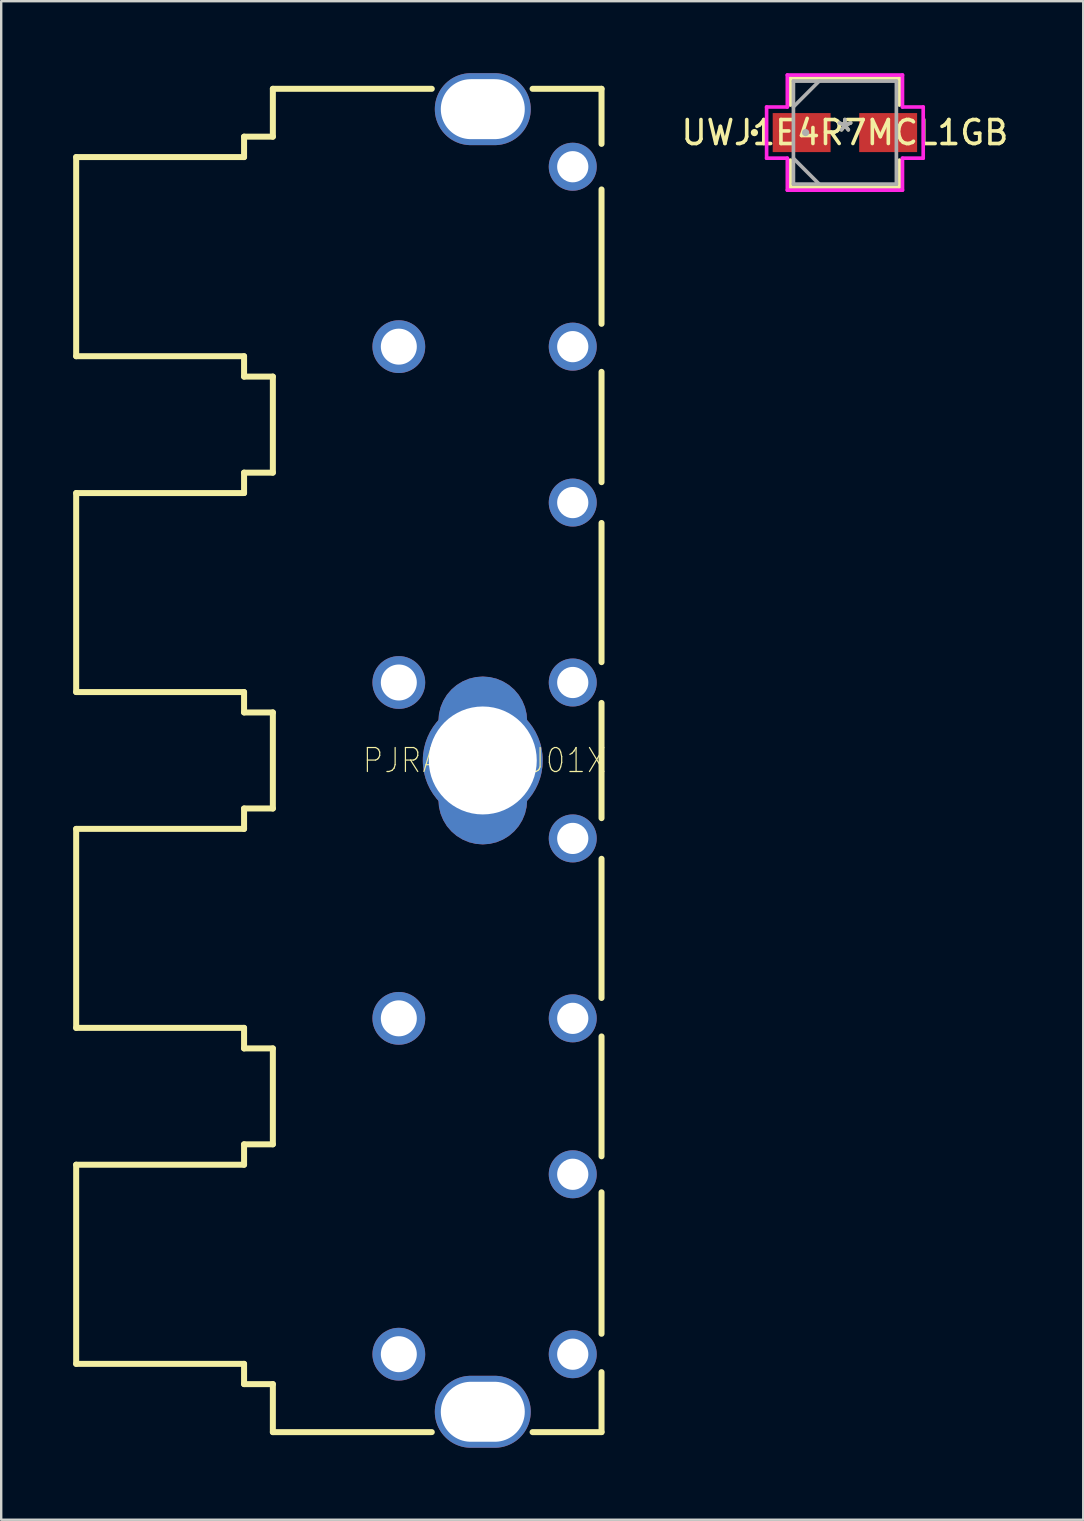
<source format=kicad_pcb>
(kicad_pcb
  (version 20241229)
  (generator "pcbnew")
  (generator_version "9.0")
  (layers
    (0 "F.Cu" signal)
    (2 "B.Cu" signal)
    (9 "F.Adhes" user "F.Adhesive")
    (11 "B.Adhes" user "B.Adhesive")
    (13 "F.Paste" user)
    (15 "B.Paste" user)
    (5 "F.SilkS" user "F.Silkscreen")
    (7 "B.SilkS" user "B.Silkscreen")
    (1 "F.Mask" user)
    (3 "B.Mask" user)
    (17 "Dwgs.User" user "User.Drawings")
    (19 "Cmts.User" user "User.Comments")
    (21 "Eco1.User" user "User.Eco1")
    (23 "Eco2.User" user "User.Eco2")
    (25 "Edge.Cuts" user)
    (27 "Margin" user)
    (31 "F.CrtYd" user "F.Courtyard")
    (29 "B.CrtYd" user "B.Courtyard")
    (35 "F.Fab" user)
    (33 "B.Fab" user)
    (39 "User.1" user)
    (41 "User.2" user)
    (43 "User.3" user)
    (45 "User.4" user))
  (footprint "UWJ1E4R7MCL1GB"
    (layer "F.Cu")
    (at 32.17 2.477)
    (property "Reference" "UWJ1E4R7MCL1GB" (at 0 0 0) (layer "F.SilkS") (effects (font (size 1 1) (thickness 0.15))))
    (attr through_hole)
    (fp_line (start -2.273 -2.273) (end -2.273 -1.146) (stroke (width 0.152) (type solid)) (layer "F.SilkS"))
    (fp_line (start -2.273 1.146) (end -2.273 2.273) (stroke (width 0.152) (type solid)) (layer "F.SilkS"))
    (fp_line (start -2.273 2.273) (end 2.273 2.273) (stroke (width 0.152) (type solid)) (layer "F.SilkS"))
    (fp_line (start 2.273 -2.273) (end -2.273 -2.273) (stroke (width 0.152) (type solid)) (layer "F.SilkS"))
    (fp_line (start 2.273 -1.146) (end 2.273 -2.273) (stroke (width 0.152) (type solid)) (layer "F.SilkS"))
    (fp_line (start 2.273 2.273) (end 2.273 1.146) (stroke (width 0.152) (type solid)) (layer "F.SilkS"))
    (fp_circle (center -3.772 0) (end -3.696 0) (stroke (width 0.152) (type solid)) (fill no) (layer "F.SilkS"))
    (fp_line (start -3.264 -1.067) (end -2.4 -1.067) (stroke (width 0.152) (type solid)) (layer "F.CrtYd"))
    (fp_line (start -3.264 1.067) (end -3.264 -1.067) (stroke (width 0.152) (type solid)) (layer "F.CrtYd"))
    (fp_line (start -2.4 -2.4) (end 2.4 -2.4) (stroke (width 0.152) (type solid)) (layer "F.CrtYd"))
    (fp_line (start -2.4 -1.067) (end -2.4 -2.4) (stroke (width 0.152) (type solid)) (layer "F.CrtYd"))
    (fp_line (start -2.4 1.067) (end -3.264 1.067) (stroke (width 0.152) (type solid)) (layer "F.CrtYd"))
    (fp_line (start -2.4 2.4) (end -2.4 1.067) (stroke (width 0.152) (type solid)) (layer "F.CrtYd"))
    (fp_line (start 2.4 -2.4) (end 2.4 -1.067) (stroke (width 0.152) (type solid)) (layer "F.CrtYd"))
    (fp_line (start 2.4 -1.067) (end 3.264 -1.067) (stroke (width 0.152) (type solid)) (layer "F.CrtYd"))
    (fp_line (start 2.4 1.067) (end 2.4 2.4) (stroke (width 0.152) (type solid)) (layer "F.CrtYd"))
    (fp_line (start 2.4 2.4) (end -2.4 2.4) (stroke (width 0.152) (type solid)) (layer "F.CrtYd"))
    (fp_line (start 3.264 -1.067) (end 3.264 1.067) (stroke (width 0.152) (type solid)) (layer "F.CrtYd"))
    (fp_line (start 3.264 1.067) (end 2.4 1.067) (stroke (width 0.152) (type solid)) (layer "F.CrtYd"))
    (fp_line (start -2.146 -2.146) (end -2.146 2.146) (stroke (width 0.152) (type solid)) (layer "F.Fab"))
    (fp_line (start -2.146 -1.073) (end -1.073 -2.146) (stroke (width 0.152) (type solid)) (layer "F.Fab"))
    (fp_line (start -2.146 1.073) (end -1.073 2.146) (stroke (width 0.152) (type solid)) (layer "F.Fab"))
    (fp_line (start -2.146 2.146) (end 2.146 2.146) (stroke (width 0.152) (type solid)) (layer "F.Fab"))
    (fp_line (start 2.146 -2.146) (end -2.146 -2.146) (stroke (width 0.152) (type solid)) (layer "F.Fab"))
    (fp_line (start 2.146 2.146) (end 2.146 -2.146) (stroke (width 0.152) (type solid)) (layer "F.Fab"))
    (fp_circle (center -1.638 0) (end -1.562 0) (stroke (width 0.152) (type solid)) (fill no) (layer "F.Fab"))
    (fp_text user "*" (at 0 0 0) (layer "F.SilkS") (effects (font (size 1 1) (thickness 0.15))))
    (fp_text user "Copyright 2016 Accelerated Designs. All rights reserved." (at 0 0 0) (layer "Cmts.User") (effects (font (size 0.127 0.127) (thickness 0.002))))
    (fp_text user "*" (at 0 0 0) (layer "F.Fab") (effects (font (size 1 1) (thickness 0.15))))
    (pad "1" smd rect (at -1.803 0) (size 2.413 1.626) (layers "F.Cu" "F.Mask" "F.Paste"))
    (pad "2" smd rect (at 1.803 0) (size 2.413 1.626) (layers "F.Cu" "F.Mask" "F.Paste")))
  (footprint "PJRAS4X2U01X"
    (layer "F.Cu")
    (at 17.15 28.65)
    (property "Reference" "PJRAS4X2U01X" (at 0 0 0) (layer "F.SilkS") (effects (font (size 1 0.9) (thickness 0.05))))
    (attr through_hole)
    (fp_poly (pts (xy -0.725 -28.349) (xy -0.913 -28.334) (xy -1.096 -28.29) (xy -1.269 -28.218) (xy -1.43 -28.12) (xy -1.573 -27.998) (xy -1.695 -27.855) (xy -1.793 -27.694) (xy -1.865 -27.521) (xy -1.909 -27.338) (xy -1.924 -27.15) (xy -1.909 -26.962) (xy -1.865 -26.779) (xy -1.793 -26.606) (xy -1.695 -26.445) (xy -1.573 -26.302) (xy -1.43 -26.18) (xy -1.269 -26.082) (xy -1.096 -26.01) (xy -0.913 -25.966) (xy -0.725 -25.951) (xy 0.575 -25.951) (xy 0.763 -25.966) (xy 0.946 -26.01) (xy 1.119 -26.082) (xy 1.28 -26.18) (xy 1.423 -26.302) (xy 1.545 -26.445) (xy 1.643 -26.606) (xy 1.715 -26.779) (xy 1.759 -26.962) (xy 1.774 -27.15) (xy 1.759 -27.338) (xy 1.715 -27.521) (xy 1.643 -27.694) (xy 1.545 -27.855) (xy 1.423 -27.998) (xy 1.28 -28.12) (xy 1.119 -28.218) (xy 0.946 -28.29) (xy 0.763 -28.334) (xy 0.575 -28.349)) (stroke (width 0.002) (type solid)) (fill yes) (layer "F.Cu"))
    (fp_poly (pts (xy -0.725 25.951) (xy -0.913 25.966) (xy -1.096 26.01) (xy -1.269 26.082) (xy -1.43 26.18) (xy -1.573 26.302) (xy -1.695 26.445) (xy -1.793 26.606) (xy -1.865 26.779) (xy -1.909 26.962) (xy -1.924 27.15) (xy -1.909 27.338) (xy -1.865 27.521) (xy -1.793 27.694) (xy -1.695 27.855) (xy -1.573 27.998) (xy -1.43 28.12) (xy -1.269 28.218) (xy -1.096 28.29) (xy -0.913 28.334) (xy -0.725 28.349) (xy 0.575 28.349) (xy 0.763 28.334) (xy 0.946 28.29) (xy 1.119 28.218) (xy 1.28 28.12) (xy 1.423 27.998) (xy 1.545 27.855) (xy 1.643 27.694) (xy 1.715 27.521) (xy 1.759 27.338) (xy 1.774 27.15) (xy 1.759 26.962) (xy 1.715 26.779) (xy 1.643 26.606) (xy 1.545 26.445) (xy 1.423 26.302) (xy 1.28 26.18) (xy 1.119 26.082) (xy 0.946 26.01) (xy 0.763 25.966) (xy 0.575 25.951)) (stroke (width 0.002) (type solid)) (fill yes) (layer "F.Cu"))
    (fp_poly (pts (xy 1.774 -1.65) (xy 1.751 -1.939) (xy 1.684 -2.221) (xy 1.572 -2.489) (xy 1.421 -2.737) (xy 1.232 -2.957) (xy 1.012 -3.146) (xy 0.764 -3.297) (xy 0.496 -3.409) (xy 0.214 -3.476) (xy -0.075 -3.499) (xy -0.364 -3.476) (xy -0.646 -3.409) (xy -0.914 -3.297) (xy -1.162 -3.146) (xy -1.382 -2.957) (xy -1.571 -2.737) (xy -1.722 -2.489) (xy -1.834 -2.221) (xy -1.901 -1.939) (xy -1.924 -1.65) (xy -1.924 1.65) (xy -1.901 1.939) (xy -1.834 2.221) (xy -1.722 2.489) (xy -1.571 2.737) (xy -1.382 2.957) (xy -1.162 3.146) (xy -0.914 3.297) (xy -0.646 3.409) (xy -0.364 3.476) (xy -0.075 3.499) (xy 0.214 3.476) (xy 0.496 3.409) (xy 0.764 3.297) (xy 1.012 3.146) (xy 1.232 2.957) (xy 1.421 2.737) (xy 1.572 2.489) (xy 1.684 2.221) (xy 1.751 1.939) (xy 1.774 1.65)) (stroke (width 0.002) (type solid)) (fill yes) (layer "F.Cu"))
    (fp_poly (pts (xy -2.027 1.65) (xy -2.003 1.955) (xy -1.931 2.253) (xy -1.814 2.536) (xy -1.654 2.797) (xy -1.455 3.03) (xy -1.222 3.229) (xy -0.961 3.389) (xy -0.678 3.506) (xy -0.38 3.578) (xy -0.075 3.602) (xy 0.23 3.578) (xy 0.528 3.506) (xy 0.811 3.389) (xy 1.072 3.229) (xy 1.305 3.03) (xy 1.504 2.797) (xy 1.664 2.536) (xy 1.781 2.253) (xy 1.853 1.955) (xy 1.877 1.65) (xy 1.877 -1.65) (xy 1.853 -1.955) (xy 1.781 -2.253) (xy 1.664 -2.536) (xy 1.504 -2.797) (xy 1.305 -3.03) (xy 1.072 -3.229) (xy 0.811 -3.389) (xy 0.528 -3.506) (xy 0.23 -3.578) (xy -0.075 -3.602) (xy -0.38 -3.578) (xy -0.678 -3.506) (xy -0.961 -3.389) (xy -1.222 -3.229) (xy -1.455 -3.03) (xy -1.654 -2.797) (xy -1.814 -2.536) (xy -1.931 -2.253) (xy -2.003 -1.955) (xy -2.027 -1.65)) (stroke (width 0.002) (type solid)) (fill yes) (layer "F.Mask"))
    (fp_poly (pts (xy -0.725 -28.452) (xy -0.929 -28.436) (xy -1.127 -28.388) (xy -1.316 -28.31) (xy -1.49 -28.203) (xy -1.645 -28.07) (xy -1.778 -27.915) (xy -1.885 -27.741) (xy -1.963 -27.552) (xy -2.011 -27.354) (xy -2.027 -27.15) (xy -2.011 -26.946) (xy -1.963 -26.748) (xy -1.885 -26.559) (xy -1.778 -26.385) (xy -1.645 -26.23) (xy -1.49 -26.097) (xy -1.316 -25.99) (xy -1.127 -25.912) (xy -0.929 -25.864) (xy -0.725 -25.848) (xy 0.575 -25.848) (xy 0.779 -25.864) (xy 0.977 -25.912) (xy 1.166 -25.99) (xy 1.34 -26.097) (xy 1.495 -26.23) (xy 1.628 -26.385) (xy 1.735 -26.559) (xy 1.813 -26.748) (xy 1.861 -26.946) (xy 1.877 -27.15) (xy 1.861 -27.354) (xy 1.813 -27.552) (xy 1.735 -27.741) (xy 1.628 -27.915) (xy 1.495 -28.07) (xy 1.34 -28.203) (xy 1.166 -28.31) (xy 0.977 -28.388) (xy 0.779 -28.436) (xy 0.575 -28.452)) (stroke (width 0.002) (type solid)) (fill yes) (layer "F.Mask"))
    (fp_poly (pts (xy -0.725 25.848) (xy -0.929 25.864) (xy -1.127 25.912) (xy -1.316 25.99) (xy -1.49 26.097) (xy -1.645 26.23) (xy -1.778 26.385) (xy -1.885 26.559) (xy -1.963 26.748) (xy -2.011 26.946) (xy -2.027 27.15) (xy -2.011 27.354) (xy -1.963 27.552) (xy -1.885 27.741) (xy -1.778 27.915) (xy -1.645 28.07) (xy -1.49 28.203) (xy -1.316 28.31) (xy -1.127 28.388) (xy -0.929 28.436) (xy -0.725 28.452) (xy 0.575 28.452) (xy 0.779 28.436) (xy 0.977 28.388) (xy 1.166 28.31) (xy 1.34 28.203) (xy 1.495 28.07) (xy 1.628 27.915) (xy 1.735 27.741) (xy 1.813 27.552) (xy 1.861 27.354) (xy 1.877 27.15) (xy 1.861 26.946) (xy 1.813 26.748) (xy 1.735 26.559) (xy 1.628 26.385) (xy 1.495 26.23) (xy 1.34 26.097) (xy 1.166 25.99) (xy 0.977 25.912) (xy 0.779 25.864) (xy 0.575 25.848)) (stroke (width 0.002) (type solid)) (fill yes) (layer "F.Mask"))
    (fp_poly (pts (xy -0.725 -28.349) (xy -0.913 -28.334) (xy -1.096 -28.29) (xy -1.269 -28.218) (xy -1.43 -28.12) (xy -1.573 -27.998) (xy -1.695 -27.855) (xy -1.793 -27.694) (xy -1.865 -27.521) (xy -1.909 -27.338) (xy -1.924 -27.15) (xy -1.909 -26.962) (xy -1.865 -26.779) (xy -1.793 -26.606) (xy -1.695 -26.445) (xy -1.573 -26.302) (xy -1.43 -26.18) (xy -1.269 -26.082) (xy -1.096 -26.01) (xy -0.913 -25.966) (xy -0.725 -25.951) (xy 0.575 -25.951) (xy 0.763 -25.966) (xy 0.946 -26.01) (xy 1.119 -26.082) (xy 1.28 -26.18) (xy 1.423 -26.302) (xy 1.545 -26.445) (xy 1.643 -26.606) (xy 1.715 -26.779) (xy 1.759 -26.962) (xy 1.774 -27.15) (xy 1.759 -27.338) (xy 1.715 -27.521) (xy 1.643 -27.694) (xy 1.545 -27.855) (xy 1.423 -27.998) (xy 1.28 -28.12) (xy 1.119 -28.218) (xy 0.946 -28.29) (xy 0.763 -28.334) (xy 0.575 -28.349)) (stroke (width 0.002) (type solid)) (fill yes) (layer "B.Cu"))
    (fp_poly (pts (xy -0.725 25.951) (xy -0.913 25.966) (xy -1.096 26.01) (xy -1.269 26.082) (xy -1.43 26.18) (xy -1.573 26.302) (xy -1.695 26.445) (xy -1.793 26.606) (xy -1.865 26.779) (xy -1.909 26.962) (xy -1.924 27.15) (xy -1.909 27.338) (xy -1.865 27.521) (xy -1.793 27.694) (xy -1.695 27.855) (xy -1.573 27.998) (xy -1.43 28.12) (xy -1.269 28.218) (xy -1.096 28.29) (xy -0.913 28.334) (xy -0.725 28.349) (xy 0.575 28.349) (xy 0.763 28.334) (xy 0.946 28.29) (xy 1.119 28.218) (xy 1.28 28.12) (xy 1.423 27.998) (xy 1.545 27.855) (xy 1.643 27.694) (xy 1.715 27.521) (xy 1.759 27.338) (xy 1.774 27.15) (xy 1.759 26.962) (xy 1.715 26.779) (xy 1.643 26.606) (xy 1.545 26.445) (xy 1.423 26.302) (xy 1.28 26.18) (xy 1.119 26.082) (xy 0.946 26.01) (xy 0.763 25.966) (xy 0.575 25.951)) (stroke (width 0.002) (type solid)) (fill yes) (layer "B.Cu"))
    (fp_poly (pts (xy 1.774 -1.65) (xy 1.751 -1.939) (xy 1.684 -2.221) (xy 1.572 -2.489) (xy 1.421 -2.737) (xy 1.232 -2.957) (xy 1.012 -3.146) (xy 0.764 -3.297) (xy 0.496 -3.409) (xy 0.214 -3.476) (xy -0.075 -3.499) (xy -0.364 -3.476) (xy -0.646 -3.409) (xy -0.914 -3.297) (xy -1.162 -3.146) (xy -1.382 -2.957) (xy -1.571 -2.737) (xy -1.722 -2.489) (xy -1.834 -2.221) (xy -1.901 -1.939) (xy -1.924 -1.65) (xy -1.924 1.65) (xy -1.901 1.939) (xy -1.834 2.221) (xy -1.722 2.489) (xy -1.571 2.737) (xy -1.382 2.957) (xy -1.162 3.146) (xy -0.914 3.297) (xy -0.646 3.409) (xy -0.364 3.476) (xy -0.075 3.499) (xy 0.214 3.476) (xy 0.496 3.409) (xy 0.764 3.297) (xy 1.012 3.146) (xy 1.232 2.957) (xy 1.421 2.737) (xy 1.572 2.489) (xy 1.684 2.221) (xy 1.751 1.939) (xy 1.774 1.65)) (stroke (width 0.002) (type solid)) (fill yes) (layer "B.Cu"))
    (fp_poly (pts (xy -2.027 1.65) (xy -2.003 1.955) (xy -1.931 2.253) (xy -1.814 2.536) (xy -1.654 2.797) (xy -1.455 3.03) (xy -1.222 3.229) (xy -0.961 3.389) (xy -0.678 3.506) (xy -0.38 3.578) (xy -0.075 3.602) (xy 0.23 3.578) (xy 0.528 3.506) (xy 0.811 3.389) (xy 1.072 3.229) (xy 1.305 3.03) (xy 1.504 2.797) (xy 1.664 2.536) (xy 1.781 2.253) (xy 1.853 1.955) (xy 1.877 1.65) (xy 1.877 -1.65) (xy 1.853 -1.955) (xy 1.781 -2.253) (xy 1.664 -2.536) (xy 1.504 -2.797) (xy 1.305 -3.03) (xy 1.072 -3.229) (xy 0.811 -3.389) (xy 0.528 -3.506) (xy 0.23 -3.578) (xy -0.075 -3.602) (xy -0.38 -3.578) (xy -0.678 -3.506) (xy -0.961 -3.389) (xy -1.222 -3.229) (xy -1.455 -3.03) (xy -1.654 -2.797) (xy -1.814 -2.536) (xy -1.931 -2.253) (xy -2.003 -1.955) (xy -2.027 -1.65)) (stroke (width 0.002) (type solid)) (fill yes) (layer "B.Mask"))
    (fp_poly (pts (xy -0.725 -28.452) (xy -0.929 -28.436) (xy -1.127 -28.388) (xy -1.316 -28.31) (xy -1.49 -28.203) (xy -1.645 -28.07) (xy -1.778 -27.915) (xy -1.885 -27.741) (xy -1.963 -27.552) (xy -2.011 -27.354) (xy -2.027 -27.15) (xy -2.011 -26.946) (xy -1.963 -26.748) (xy -1.885 -26.559) (xy -1.778 -26.385) (xy -1.645 -26.23) (xy -1.49 -26.097) (xy -1.316 -25.99) (xy -1.127 -25.912) (xy -0.929 -25.864) (xy -0.725 -25.848) (xy 0.575 -25.848) (xy 0.779 -25.864) (xy 0.977 -25.912) (xy 1.166 -25.99) (xy 1.34 -26.097) (xy 1.495 -26.23) (xy 1.628 -26.385) (xy 1.735 -26.559) (xy 1.813 -26.748) (xy 1.861 -26.946) (xy 1.877 -27.15) (xy 1.861 -27.354) (xy 1.813 -27.552) (xy 1.735 -27.741) (xy 1.628 -27.915) (xy 1.495 -28.07) (xy 1.34 -28.203) (xy 1.166 -28.31) (xy 0.977 -28.388) (xy 0.779 -28.436) (xy 0.575 -28.452)) (stroke (width 0.002) (type solid)) (fill yes) (layer "B.Mask"))
    (fp_poly (pts (xy -0.725 25.848) (xy -0.929 25.864) (xy -1.127 25.912) (xy -1.316 25.99) (xy -1.49 26.097) (xy -1.645 26.23) (xy -1.778 26.385) (xy -1.885 26.559) (xy -1.963 26.748) (xy -2.011 26.946) (xy -2.027 27.15) (xy -2.011 27.354) (xy -1.963 27.552) (xy -1.885 27.741) (xy -1.778 27.915) (xy -1.645 28.07) (xy -1.49 28.203) (xy -1.316 28.31) (xy -1.127 28.388) (xy -0.929 28.436) (xy -0.725 28.452) (xy 0.575 28.452) (xy 0.779 28.436) (xy 0.977 28.388) (xy 1.166 28.31) (xy 1.34 28.203) (xy 1.495 28.07) (xy 1.628 27.915) (xy 1.735 27.741) (xy 1.813 27.552) (xy 1.861 27.354) (xy 1.877 27.15) (xy 1.861 26.946) (xy 1.813 26.748) (xy 1.735 26.559) (xy 1.628 26.385) (xy 1.495 26.23) (xy 1.34 26.097) (xy 1.166 25.99) (xy 0.977 25.912) (xy 0.779 25.864) (xy 0.575 25.848)) (stroke (width 0.002) (type solid)) (fill yes) (layer "B.Mask"))
    (fp_line (start -17.025 -25.152) (end -17.025 -16.851) (stroke (width 0.25) (type solid)) (layer "F.SilkS"))
    (fp_line (start -17.025 -25.152) (end -10.026 -25.152) (stroke (width 0.25) (type solid)) (layer "F.SilkS"))
    (fp_line (start -17.025 -16.851) (end -10.026 -16.851) (stroke (width 0.25) (type solid)) (layer "F.SilkS"))
    (fp_line (start -17.025 -11.147) (end -17.025 -2.852) (stroke (width 0.25) (type solid)) (layer "F.SilkS"))
    (fp_line (start -17.025 -11.147) (end -10.026 -11.147) (stroke (width 0.25) (type solid)) (layer "F.SilkS"))
    (fp_line (start -17.025 -2.852) (end -10.026 -2.852) (stroke (width 0.25) (type solid)) (layer "F.SilkS"))
    (fp_line (start -17.025 2.852) (end -17.025 11.147) (stroke (width 0.25) (type solid)) (layer "F.SilkS"))
    (fp_line (start -17.025 2.852) (end -10.026 2.852) (stroke (width 0.25) (type solid)) (layer "F.SilkS"))
    (fp_line (start -17.025 11.147) (end -10.026 11.147) (stroke (width 0.25) (type solid)) (layer "F.SilkS"))
    (fp_line (start -17.025 16.851) (end -17.025 25.152) (stroke (width 0.25) (type solid)) (layer "F.SilkS"))
    (fp_line (start -17.025 16.851) (end -10.026 16.851) (stroke (width 0.25) (type solid)) (layer "F.SilkS"))
    (fp_line (start -17.025 25.152) (end -10.026 25.152) (stroke (width 0.25) (type solid)) (layer "F.SilkS"))
    (fp_line (start -10.026 -26.003) (end -8.826 -26.003) (stroke (width 0.25) (type solid)) (layer "F.SilkS"))
    (fp_line (start -10.026 -25.152) (end -10.026 -26.003) (stroke (width 0.25) (type solid)) (layer "F.SilkS"))
    (fp_line (start -10.026 -16.851) (end -10.026 -16.001) (stroke (width 0.25) (type solid)) (layer "F.SilkS"))
    (fp_line (start -10.026 -16.001) (end -8.826 -16.001) (stroke (width 0.25) (type solid)) (layer "F.SilkS"))
    (fp_line (start -10.026 -11.998) (end -8.826 -11.998) (stroke (width 0.25) (type solid)) (layer "F.SilkS"))
    (fp_line (start -10.026 -11.147) (end -10.026 -11.998) (stroke (width 0.25) (type solid)) (layer "F.SilkS"))
    (fp_line (start -10.026 -2.852) (end -10.026 -2.002) (stroke (width 0.25) (type solid)) (layer "F.SilkS"))
    (fp_line (start -10.026 -2.002) (end -8.826 -2.002) (stroke (width 0.25) (type solid)) (layer "F.SilkS"))
    (fp_line (start -10.026 2.002) (end -8.826 2.002) (stroke (width 0.25) (type solid)) (layer "F.SilkS"))
    (fp_line (start -10.026 2.852) (end -10.026 2.002) (stroke (width 0.25) (type solid)) (layer "F.SilkS"))
    (fp_line (start -10.026 11.147) (end -10.026 12.003) (stroke (width 0.25) (type solid)) (layer "F.SilkS"))
    (fp_line (start -10.026 12.003) (end -8.826 12.003) (stroke (width 0.25) (type solid)) (layer "F.SilkS"))
    (fp_line (start -10.026 16.001) (end -8.826 16.001) (stroke (width 0.25) (type solid)) (layer "F.SilkS"))
    (fp_line (start -10.026 16.851) (end -10.026 16.001) (stroke (width 0.25) (type solid)) (layer "F.SilkS"))
    (fp_line (start -10.026 25.152) (end -10.026 25.997) (stroke (width 0.25) (type solid)) (layer "F.SilkS"))
    (fp_line (start -10.026 25.997) (end -8.826 25.997) (stroke (width 0.25) (type solid)) (layer "F.SilkS"))
    (fp_line (start -8.826 -27.998) (end -2.201 -27.998) (stroke (width 0.25) (type solid)) (layer "F.SilkS"))
    (fp_line (start -8.826 -26.003) (end -8.826 -27.998) (stroke (width 0.25) (type solid)) (layer "F.SilkS"))
    (fp_line (start -8.826 -16.001) (end -8.826 -11.998) (stroke (width 0.25) (type solid)) (layer "F.SilkS"))
    (fp_line (start -8.826 -2.002) (end -8.826 2.002) (stroke (width 0.25) (type solid)) (layer "F.SilkS"))
    (fp_line (start -8.826 12.003) (end -8.826 16.001) (stroke (width 0.25) (type solid)) (layer "F.SilkS"))
    (fp_line (start -8.826 25.997) (end -8.826 27.998) (stroke (width 0.25) (type solid)) (layer "F.SilkS"))
    (fp_line (start -8.826 27.998) (end -2.201 27.998) (stroke (width 0.25) (type solid)) (layer "F.SilkS"))
    (fp_line (start 2 -27.998) (end 4.875 -27.998) (stroke (width 0.25) (type solid)) (layer "F.SilkS"))
    (fp_line (start 4.875 -27.998) (end 4.875 -25.702) (stroke (width 0.25) (type solid)) (layer "F.SilkS"))
    (fp_line (start 4.875 -23.803) (end 4.875 -18.201) (stroke (width 0.25) (type solid)) (layer "F.SilkS"))
    (fp_line (start 4.875 -16.199) (end 4.875 -11.601) (stroke (width 0.25) (type solid)) (layer "F.SilkS"))
    (fp_line (start 4.875 -9.9) (end 4.875 -4.099) (stroke (width 0.25) (type solid)) (layer "F.SilkS"))
    (fp_line (start 4.875 -2.398) (end 4.875 2.404) (stroke (width 0.25) (type solid)) (layer "F.SilkS"))
    (fp_line (start 4.875 4.099) (end 4.875 9.9) (stroke (width 0.25) (type solid)) (layer "F.SilkS"))
    (fp_line (start 4.875 11.504) (end 4.875 16.5) (stroke (width 0.25) (type solid)) (layer "F.SilkS"))
    (fp_line (start 4.875 18.002) (end 4.875 23.899) (stroke (width 0.25) (type solid)) (layer "F.SilkS"))
    (fp_line (start 4.875 25.498) (end 4.875 27.998) (stroke (width 0.25) (type solid)) (layer "F.SilkS"))
    (fp_line (start 4.875 27.998) (end 2 27.998) (stroke (width 0.25) (type solid)) (layer "F.SilkS"))
    (pad "" thru_hole oval (at -0.075 -27.15) (size 4 3) (drill oval 3.5 2.5) (layers "*.Cu" "*.Mask"))
    (pad "" thru_hole circle (at -0.075 0 90) (size 5 5) (drill 4.5) (layers "*.Cu" "*.Mask"))
    (pad "" thru_hole oval (at -0.075 27.15) (size 4 3) (drill oval 3.5 2.5) (layers "*.Cu" "*.Mask"))
    (pad "1S" thru_hole circle (at -3.575 -17.25) (size 2.2 2.2) (drill 1.5) (layers "*.Cu" "*.Mask"))
    (pad "1T1" thru_hole circle (at 3.675 -24.75) (size 2 2) (drill 1.3) (layers "*.Cu" "*.Mask"))
    (pad "1T2" thru_hole circle (at 3.675 -17.25) (size 2 2) (drill 1.3) (layers "*.Cu" "*.Mask"))
    (pad "2S" thru_hole circle (at -3.575 -3.25) (size 2.2 2.2) (drill 1.5) (layers "*.Cu" "*.Mask"))
    (pad "2T1" thru_hole circle (at 3.675 -10.75) (size 2 2) (drill 1.3) (layers "*.Cu" "*.Mask"))
    (pad "2T2" thru_hole circle (at 3.675 -3.25) (size 2 2) (drill 1.3) (layers "*.Cu" "*.Mask"))
    (pad "3S" thru_hole circle (at -3.575 10.75) (size 2.2 2.2) (drill 1.5) (layers "*.Cu" "*.Mask"))
    (pad "3T1" thru_hole circle (at 3.675 3.25) (size 2 2) (drill 1.3) (layers "*.Cu" "*.Mask"))
    (pad "3T2" thru_hole circle (at 3.675 10.75) (size 2 2) (drill 1.3) (layers "*.Cu" "*.Mask"))
    (pad "4S" thru_hole circle (at -3.575 24.75) (size 2.2 2.2) (drill 1.5) (layers "*.Cu" "*.Mask"))
    (pad "4T1" thru_hole circle (at 3.675 17.25) (size 2 2) (drill 1.3) (layers "*.Cu" "*.Mask"))
    (pad "4T2" thru_hole circle (at 3.675 24.75) (size 2 2) (drill 1.3) (layers "*.Cu" "*.Mask")))
  (gr_rect
    (start -3 -3)
    (end 42.104 60.3)
    (stroke (width 0.1) (type default))
    (fill no)
    (layer "Edge.Cuts")))
</source>
